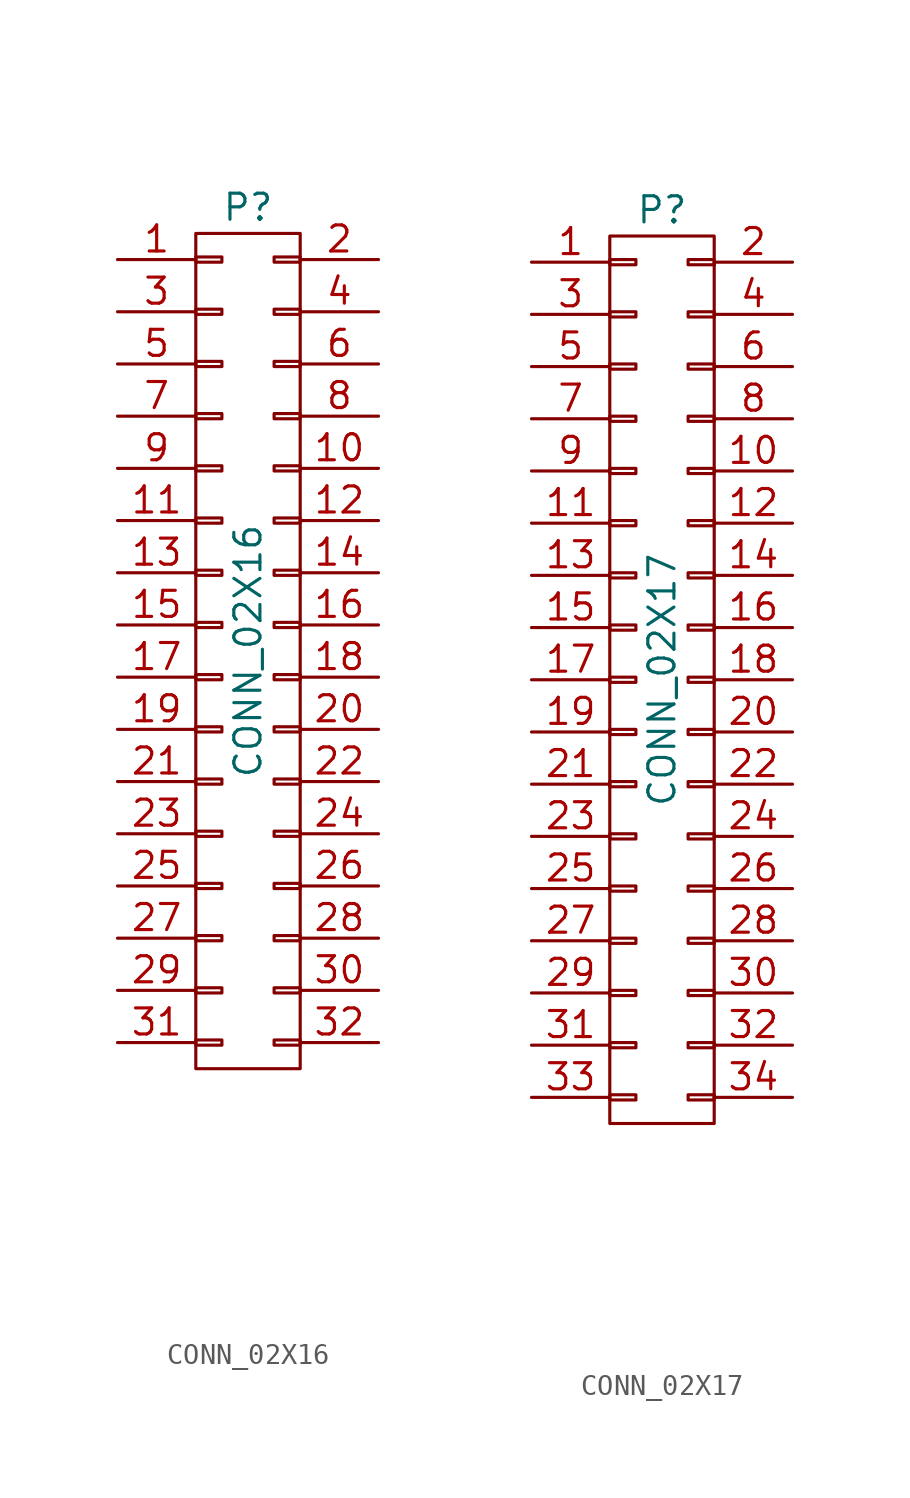
<source format=kicad_sym>
(kicad_symbol_lib
  (version 20231120)
  (generator "kicad_symbol_editor")
  (generator_version "8.0")
  (symbol "CONN_02X16"
    (pin_names
      (offset 0.025) hide)
    (property "Reference" "P"
      (at 0 21.59 0)
      (effects (font (size 1.27 1.27))))
    (property "Value" "CONN_02X16"
      (at 0 0 90)
      (effects (font (size 1.27 1.27))))
    (property "Footprint" ""
      (at 0 -27.94 0)
      (effects (font (size 1.27 1.27))))
    (property "Datasheet" ""
      (at 0 -27.94 0)
      (effects (font (size 1.27 1.27))))
    (symbol "CONN_02X16_0_1"
      (rectangle (start -2.54 -18.923) (end -1.27 -19.177) (stroke (width 0) (type solid)) (fill (type none)))
      (rectangle (start -2.54 -16.383) (end -1.27 -16.637) (stroke (width 0) (type solid)) (fill (type none)))
      (rectangle (start -2.54 -13.843) (end -1.27 -14.097) (stroke (width 0) (type solid)) (fill (type none)))
      (rectangle (start -2.54 -11.303) (end -1.27 -11.557) (stroke (width 0) (type solid)) (fill (type none)))
      (rectangle (start -2.54 -8.763) (end -1.27 -9.017) (stroke (width 0) (type solid)) (fill (type none)))
      (rectangle (start -2.54 -6.223) (end -1.27 -6.477) (stroke (width 0) (type solid)) (fill (type none)))
      (rectangle (start -2.54 -3.683) (end -1.27 -3.937) (stroke (width 0) (type solid)) (fill (type none)))
      (rectangle (start -2.54 -1.143) (end -1.27 -1.397) (stroke (width 0) (type solid)) (fill (type none)))
      (rectangle (start -2.54 1.397) (end -1.27 1.143) (stroke (width 0) (type solid)) (fill (type none)))
      (rectangle (start -2.54 3.937) (end -1.27 3.683) (stroke (width 0) (type solid)) (fill (type none)))
      (rectangle (start -2.54 6.477) (end -1.27 6.223) (stroke (width 0) (type solid)) (fill (type none)))
      (rectangle (start -2.54 9.017) (end -1.27 8.763) (stroke (width 0) (type solid)) (fill (type none)))
      (rectangle (start -2.54 11.557) (end -1.27 11.303) (stroke (width 0) (type solid)) (fill (type none)))
      (rectangle (start -2.54 14.097) (end -1.27 13.843) (stroke (width 0) (type solid)) (fill (type none)))
      (rectangle (start -2.54 16.637) (end -1.27 16.383) (stroke (width 0) (type solid)) (fill (type none)))
      (rectangle (start -2.54 19.177) (end -1.27 18.923) (stroke (width 0) (type solid)) (fill (type none)))
      (rectangle (start -2.54 20.32) (end 2.54 -20.32) (stroke (width 0) (type solid)) (fill (type none)))
      (rectangle (start 1.27 -18.923) (end 2.54 -19.177) (stroke (width 0) (type solid)) (fill (type none)))
      (rectangle (start 1.27 -16.383) (end 2.54 -16.637) (stroke (width 0) (type solid)) (fill (type none)))
      (rectangle (start 1.27 -13.843) (end 2.54 -14.097) (stroke (width 0) (type solid)) (fill (type none)))
      (rectangle (start 1.27 -11.303) (end 2.54 -11.557) (stroke (width 0) (type solid)) (fill (type none)))
      (rectangle (start 1.27 -8.763) (end 2.54 -9.017) (stroke (width 0) (type solid)) (fill (type none)))
      (rectangle (start 1.27 -6.223) (end 2.54 -6.477) (stroke (width 0) (type solid)) (fill (type none)))
      (rectangle (start 1.27 -3.683) (end 2.54 -3.937) (stroke (width 0) (type solid)) (fill (type none)))
      (rectangle (start 1.27 -1.143) (end 2.54 -1.397) (stroke (width 0) (type solid)) (fill (type none)))
      (rectangle (start 1.27 1.397) (end 2.54 1.143) (stroke (width 0) (type solid)) (fill (type none)))
      (rectangle (start 1.27 3.937) (end 2.54 3.683) (stroke (width 0) (type solid)) (fill (type none)))
      (rectangle (start 1.27 6.477) (end 2.54 6.223) (stroke (width 0) (type solid)) (fill (type none)))
      (rectangle (start 1.27 9.017) (end 2.54 8.763) (stroke (width 0) (type solid)) (fill (type none)))
      (rectangle (start 1.27 11.557) (end 2.54 11.303) (stroke (width 0) (type solid)) (fill (type none)))
      (rectangle (start 1.27 14.097) (end 2.54 13.843) (stroke (width 0) (type solid)) (fill (type none)))
      (rectangle (start 1.27 16.637) (end 2.54 16.383) (stroke (width 0) (type solid)) (fill (type none)))
      (rectangle (start 1.27 19.177) (end 2.54 18.923) (stroke (width 0) (type solid)) (fill (type none))))
    (symbol "CONN_02X16_1_1"
      (pin passive line (at -6.35 19.05 0) (length 3.81) (name "P1" (effects (font (size 1.27 1.27)))) (number "1" (effects (font (size 1.27 1.27)))))
      (pin passive line (at 6.35 8.89 180) (length 3.81) (name "P10" (effects (font (size 1.27 1.27)))) (number "10" (effects (font (size 1.27 1.27)))))
      (pin passive line (at -6.35 6.35 0) (length 3.81) (name "P11" (effects (font (size 1.27 1.27)))) (number "11" (effects (font (size 1.27 1.27)))))
      (pin passive line (at 6.35 6.35 180) (length 3.81) (name "P12" (effects (font (size 1.27 1.27)))) (number "12" (effects (font (size 1.27 1.27)))))
      (pin passive line (at -6.35 3.81 0) (length 3.81) (name "P13" (effects (font (size 1.27 1.27)))) (number "13" (effects (font (size 1.27 1.27)))))
      (pin passive line (at 6.35 3.81 180) (length 3.81) (name "P14" (effects (font (size 1.27 1.27)))) (number "14" (effects (font (size 1.27 1.27)))))
      (pin passive line (at -6.35 1.27 0) (length 3.81) (name "P15" (effects (font (size 1.27 1.27)))) (number "15" (effects (font (size 1.27 1.27)))))
      (pin passive line (at 6.35 1.27 180) (length 3.81) (name "P16" (effects (font (size 1.27 1.27)))) (number "16" (effects (font (size 1.27 1.27)))))
      (pin passive line (at -6.35 -1.27 0) (length 3.81) (name "P17" (effects (font (size 1.27 1.27)))) (number "17" (effects (font (size 1.27 1.27)))))
      (pin passive line (at 6.35 -1.27 180) (length 3.81) (name "P18" (effects (font (size 1.27 1.27)))) (number "18" (effects (font (size 1.27 1.27)))))
      (pin passive line (at -6.35 -3.81 0) (length 3.81) (name "P19" (effects (font (size 1.27 1.27)))) (number "19" (effects (font (size 1.27 1.27)))))
      (pin passive line (at 6.35 19.05 180) (length 3.81) (name "P2" (effects (font (size 1.27 1.27)))) (number "2" (effects (font (size 1.27 1.27)))))
      (pin passive line (at 6.35 -3.81 180) (length 3.81) (name "P20" (effects (font (size 1.27 1.27)))) (number "20" (effects (font (size 1.27 1.27)))))
      (pin passive line (at -6.35 -6.35 0) (length 3.81) (name "P21" (effects (font (size 1.27 1.27)))) (number "21" (effects (font (size 1.27 1.27)))))
      (pin passive line (at 6.35 -6.35 180) (length 3.81) (name "P22" (effects (font (size 1.27 1.27)))) (number "22" (effects (font (size 1.27 1.27)))))
      (pin passive line (at -6.35 -8.89 0) (length 3.81) (name "P23" (effects (font (size 1.27 1.27)))) (number "23" (effects (font (size 1.27 1.27)))))
      (pin passive line (at 6.35 -8.89 180) (length 3.81) (name "P24" (effects (font (size 1.27 1.27)))) (number "24" (effects (font (size 1.27 1.27)))))
      (pin passive line (at -6.35 -11.43 0) (length 3.81) (name "P25" (effects (font (size 1.27 1.27)))) (number "25" (effects (font (size 1.27 1.27)))))
      (pin passive line (at 6.35 -11.43 180) (length 3.81) (name "P26" (effects (font (size 1.27 1.27)))) (number "26" (effects (font (size 1.27 1.27)))))
      (pin passive line (at -6.35 -13.97 0) (length 3.81) (name "P27" (effects (font (size 1.27 1.27)))) (number "27" (effects (font (size 1.27 1.27)))))
      (pin passive line (at 6.35 -13.97 180) (length 3.81) (name "P28" (effects (font (size 1.27 1.27)))) (number "28" (effects (font (size 1.27 1.27)))))
      (pin passive line (at -6.35 -16.51 0) (length 3.81) (name "P29" (effects (font (size 1.27 1.27)))) (number "29" (effects (font (size 1.27 1.27)))))
      (pin passive line (at -6.35 16.51 0) (length 3.81) (name "P3" (effects (font (size 1.27 1.27)))) (number "3" (effects (font (size 1.27 1.27)))))
      (pin passive line (at 6.35 -16.51 180) (length 3.81) (name "P30" (effects (font (size 1.27 1.27)))) (number "30" (effects (font (size 1.27 1.27)))))
      (pin passive line (at -6.35 -19.05 0) (length 3.81) (name "P31" (effects (font (size 1.27 1.27)))) (number "31" (effects (font (size 1.27 1.27)))))
      (pin passive line (at 6.35 -19.05 180) (length 3.81) (name "P32" (effects (font (size 1.27 1.27)))) (number "32" (effects (font (size 1.27 1.27)))))
      (pin passive line (at 6.35 16.51 180) (length 3.81) (name "P4" (effects (font (size 1.27 1.27)))) (number "4" (effects (font (size 1.27 1.27)))))
      (pin passive line (at -6.35 13.97 0) (length 3.81) (name "P5" (effects (font (size 1.27 1.27)))) (number "5" (effects (font (size 1.27 1.27)))))
      (pin passive line (at 6.35 13.97 180) (length 3.81) (name "P6" (effects (font (size 1.27 1.27)))) (number "6" (effects (font (size 1.27 1.27)))))
      (pin passive line (at -6.35 11.43 0) (length 3.81) (name "P7" (effects (font (size 1.27 1.27)))) (number "7" (effects (font (size 1.27 1.27)))))
      (pin passive line (at 6.35 11.43 180) (length 3.81) (name "P8" (effects (font (size 1.27 1.27)))) (number "8" (effects (font (size 1.27 1.27)))))
      (pin passive line (at -6.35 8.89 0) (length 3.81) (name "P9" (effects (font (size 1.27 1.27)))) (number "9" (effects (font (size 1.27 1.27)))))))
  (symbol "CONN_02X17"
    (pin_names
      (offset 0.025) hide)
    (property "Reference" "P"
      (at 0 22.86 0)
      (effects (font (size 1.27 1.27))))
    (property "Value" "CONN_02X17"
      (at 0 0 90)
      (effects (font (size 1.27 1.27))))
    (property "Footprint" ""
      (at 0 -27.94 0)
      (effects (font (size 1.27 1.27))))
    (property "Datasheet" ""
      (at 0 -27.94 0)
      (effects (font (size 1.27 1.27))))
    (symbol "CONN_02X17_0_1"
      (rectangle (start -2.54 -20.193) (end -1.27 -20.447) (stroke (width 0) (type solid)) (fill (type none)))
      (rectangle (start -2.54 -17.653) (end -1.27 -17.907) (stroke (width 0) (type solid)) (fill (type none)))
      (rectangle (start -2.54 -15.113) (end -1.27 -15.367) (stroke (width 0) (type solid)) (fill (type none)))
      (rectangle (start -2.54 -12.573) (end -1.27 -12.827) (stroke (width 0) (type solid)) (fill (type none)))
      (rectangle (start -2.54 -10.033) (end -1.27 -10.287) (stroke (width 0) (type solid)) (fill (type none)))
      (rectangle (start -2.54 -7.493) (end -1.27 -7.747) (stroke (width 0) (type solid)) (fill (type none)))
      (rectangle (start -2.54 -4.953) (end -1.27 -5.207) (stroke (width 0) (type solid)) (fill (type none)))
      (rectangle (start -2.54 -2.413) (end -1.27 -2.667) (stroke (width 0) (type solid)) (fill (type none)))
      (rectangle (start -2.54 0.127) (end -1.27 -0.127) (stroke (width 0) (type solid)) (fill (type none)))
      (rectangle (start -2.54 2.667) (end -1.27 2.413) (stroke (width 0) (type solid)) (fill (type none)))
      (rectangle (start -2.54 5.207) (end -1.27 4.953) (stroke (width 0) (type solid)) (fill (type none)))
      (rectangle (start -2.54 7.747) (end -1.27 7.493) (stroke (width 0) (type solid)) (fill (type none)))
      (rectangle (start -2.54 10.287) (end -1.27 10.033) (stroke (width 0) (type solid)) (fill (type none)))
      (rectangle (start -2.54 12.827) (end -1.27 12.573) (stroke (width 0) (type solid)) (fill (type none)))
      (rectangle (start -2.54 15.367) (end -1.27 15.113) (stroke (width 0) (type solid)) (fill (type none)))
      (rectangle (start -2.54 17.907) (end -1.27 17.653) (stroke (width 0) (type solid)) (fill (type none)))
      (rectangle (start -2.54 20.447) (end -1.27 20.193) (stroke (width 0) (type solid)) (fill (type none)))
      (rectangle (start -2.54 21.59) (end 2.54 -21.59) (stroke (width 0) (type solid)) (fill (type none)))
      (rectangle (start 1.27 -20.193) (end 2.54 -20.447) (stroke (width 0) (type solid)) (fill (type none)))
      (rectangle (start 1.27 -17.653) (end 2.54 -17.907) (stroke (width 0) (type solid)) (fill (type none)))
      (rectangle (start 1.27 -15.113) (end 2.54 -15.367) (stroke (width 0) (type solid)) (fill (type none)))
      (rectangle (start 1.27 -12.573) (end 2.54 -12.827) (stroke (width 0) (type solid)) (fill (type none)))
      (rectangle (start 1.27 -10.033) (end 2.54 -10.287) (stroke (width 0) (type solid)) (fill (type none)))
      (rectangle (start 1.27 -7.493) (end 2.54 -7.747) (stroke (width 0) (type solid)) (fill (type none)))
      (rectangle (start 1.27 -4.953) (end 2.54 -5.207) (stroke (width 0) (type solid)) (fill (type none)))
      (rectangle (start 1.27 -2.413) (end 2.54 -2.667) (stroke (width 0) (type solid)) (fill (type none)))
      (rectangle (start 1.27 0.127) (end 2.54 -0.127) (stroke (width 0) (type solid)) (fill (type none)))
      (rectangle (start 1.27 2.667) (end 2.54 2.413) (stroke (width 0) (type solid)) (fill (type none)))
      (rectangle (start 1.27 5.207) (end 2.54 4.953) (stroke (width 0) (type solid)) (fill (type none)))
      (rectangle (start 1.27 7.747) (end 2.54 7.493) (stroke (width 0) (type solid)) (fill (type none)))
      (rectangle (start 1.27 10.287) (end 2.54 10.033) (stroke (width 0) (type solid)) (fill (type none)))
      (rectangle (start 1.27 12.827) (end 2.54 12.573) (stroke (width 0) (type solid)) (fill (type none)))
      (rectangle (start 1.27 15.367) (end 2.54 15.113) (stroke (width 0) (type solid)) (fill (type none)))
      (rectangle (start 1.27 17.907) (end 2.54 17.653) (stroke (width 0) (type solid)) (fill (type none)))
      (rectangle (start 1.27 20.447) (end 2.54 20.193) (stroke (width 0) (type solid)) (fill (type none))))
    (symbol "CONN_02X17_1_1"
      (pin passive line (at -6.35 20.32 0) (length 3.81) (name "P1" (effects (font (size 1.27 1.27)))) (number "1" (effects (font (size 1.27 1.27)))))
      (pin passive line (at 6.35 10.16 180) (length 3.81) (name "P10" (effects (font (size 1.27 1.27)))) (number "10" (effects (font (size 1.27 1.27)))))
      (pin passive line (at -6.35 7.62 0) (length 3.81) (name "P11" (effects (font (size 1.27 1.27)))) (number "11" (effects (font (size 1.27 1.27)))))
      (pin passive line (at 6.35 7.62 180) (length 3.81) (name "P12" (effects (font (size 1.27 1.27)))) (number "12" (effects (font (size 1.27 1.27)))))
      (pin passive line (at -6.35 5.08 0) (length 3.81) (name "P13" (effects (font (size 1.27 1.27)))) (number "13" (effects (font (size 1.27 1.27)))))
      (pin passive line (at 6.35 5.08 180) (length 3.81) (name "P14" (effects (font (size 1.27 1.27)))) (number "14" (effects (font (size 1.27 1.27)))))
      (pin passive line (at -6.35 2.54 0) (length 3.81) (name "P15" (effects (font (size 1.27 1.27)))) (number "15" (effects (font (size 1.27 1.27)))))
      (pin passive line (at 6.35 2.54 180) (length 3.81) (name "P16" (effects (font (size 1.27 1.27)))) (number "16" (effects (font (size 1.27 1.27)))))
      (pin passive line (at -6.35 0 0) (length 3.81) (name "P17" (effects (font (size 1.27 1.27)))) (number "17" (effects (font (size 1.27 1.27)))))
      (pin passive line (at 6.35 0 180) (length 3.81) (name "P18" (effects (font (size 1.27 1.27)))) (number "18" (effects (font (size 1.27 1.27)))))
      (pin passive line (at -6.35 -2.54 0) (length 3.81) (name "P19" (effects (font (size 1.27 1.27)))) (number "19" (effects (font (size 1.27 1.27)))))
      (pin passive line (at 6.35 20.32 180) (length 3.81) (name "P2" (effects (font (size 1.27 1.27)))) (number "2" (effects (font (size 1.27 1.27)))))
      (pin passive line (at 6.35 -2.54 180) (length 3.81) (name "P20" (effects (font (size 1.27 1.27)))) (number "20" (effects (font (size 1.27 1.27)))))
      (pin passive line (at -6.35 -5.08 0) (length 3.81) (name "P21" (effects (font (size 1.27 1.27)))) (number "21" (effects (font (size 1.27 1.27)))))
      (pin passive line (at 6.35 -5.08 180) (length 3.81) (name "P22" (effects (font (size 1.27 1.27)))) (number "22" (effects (font (size 1.27 1.27)))))
      (pin passive line (at -6.35 -7.62 0) (length 3.81) (name "P23" (effects (font (size 1.27 1.27)))) (number "23" (effects (font (size 1.27 1.27)))))
      (pin passive line (at 6.35 -7.62 180) (length 3.81) (name "P24" (effects (font (size 1.27 1.27)))) (number "24" (effects (font (size 1.27 1.27)))))
      (pin passive line (at -6.35 -10.16 0) (length 3.81) (name "P25" (effects (font (size 1.27 1.27)))) (number "25" (effects (font (size 1.27 1.27)))))
      (pin passive line (at 6.35 -10.16 180) (length 3.81) (name "P26" (effects (font (size 1.27 1.27)))) (number "26" (effects (font (size 1.27 1.27)))))
      (pin passive line (at -6.35 -12.7 0) (length 3.81) (name "P27" (effects (font (size 1.27 1.27)))) (number "27" (effects (font (size 1.27 1.27)))))
      (pin passive line (at 6.35 -12.7 180) (length 3.81) (name "P28" (effects (font (size 1.27 1.27)))) (number "28" (effects (font (size 1.27 1.27)))))
      (pin passive line (at -6.35 -15.24 0) (length 3.81) (name "P29" (effects (font (size 1.27 1.27)))) (number "29" (effects (font (size 1.27 1.27)))))
      (pin passive line (at -6.35 17.78 0) (length 3.81) (name "P3" (effects (font (size 1.27 1.27)))) (number "3" (effects (font (size 1.27 1.27)))))
      (pin passive line (at 6.35 -15.24 180) (length 3.81) (name "P30" (effects (font (size 1.27 1.27)))) (number "30" (effects (font (size 1.27 1.27)))))
      (pin passive line (at -6.35 -17.78 0) (length 3.81) (name "P31" (effects (font (size 1.27 1.27)))) (number "31" (effects (font (size 1.27 1.27)))))
      (pin passive line (at 6.35 -17.78 180) (length 3.81) (name "P32" (effects (font (size 1.27 1.27)))) (number "32" (effects (font (size 1.27 1.27)))))
      (pin passive line (at -6.35 -20.32 0) (length 3.81) (name "P33" (effects (font (size 1.27 1.27)))) (number "33" (effects (font (size 1.27 1.27)))))
      (pin passive line (at 6.35 -20.32 180) (length 3.81) (name "P34" (effects (font (size 1.27 1.27)))) (number "34" (effects (font (size 1.27 1.27)))))
      (pin passive line (at 6.35 17.78 180) (length 3.81) (name "P4" (effects (font (size 1.27 1.27)))) (number "4" (effects (font (size 1.27 1.27)))))
      (pin passive line (at -6.35 15.24 0) (length 3.81) (name "P5" (effects (font (size 1.27 1.27)))) (number "5" (effects (font (size 1.27 1.27)))))
      (pin passive line (at 6.35 15.24 180) (length 3.81) (name "P6" (effects (font (size 1.27 1.27)))) (number "6" (effects (font (size 1.27 1.27)))))
      (pin passive line (at -6.35 12.7 0) (length 3.81) (name "P7" (effects (font (size 1.27 1.27)))) (number "7" (effects (font (size 1.27 1.27)))))
      (pin passive line (at 6.35 12.7 180) (length 3.81) (name "P8" (effects (font (size 1.27 1.27)))) (number "8" (effects (font (size 1.27 1.27)))))
      (pin passive line (at -6.35 10.16 0) (length 3.81) (name "P9" (effects (font (size 1.27 1.27)))) (number "9" (effects (font (size 1.27 1.27))))))))
</source>
